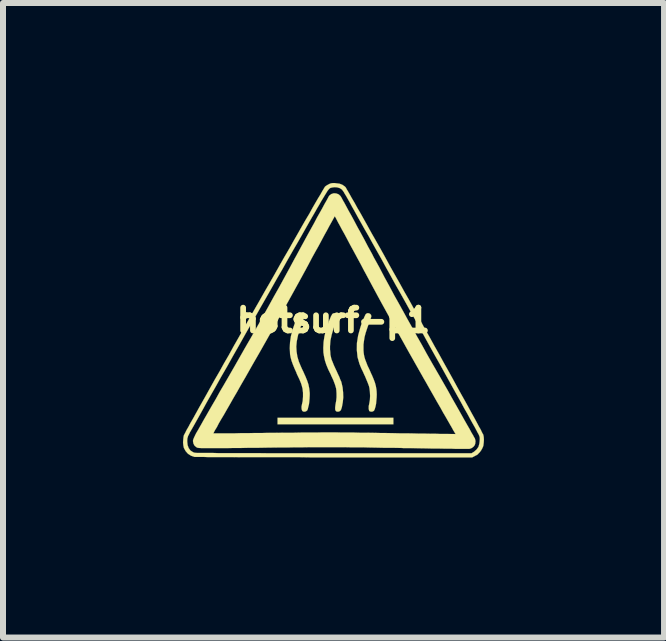
<source format=kicad_pcb>
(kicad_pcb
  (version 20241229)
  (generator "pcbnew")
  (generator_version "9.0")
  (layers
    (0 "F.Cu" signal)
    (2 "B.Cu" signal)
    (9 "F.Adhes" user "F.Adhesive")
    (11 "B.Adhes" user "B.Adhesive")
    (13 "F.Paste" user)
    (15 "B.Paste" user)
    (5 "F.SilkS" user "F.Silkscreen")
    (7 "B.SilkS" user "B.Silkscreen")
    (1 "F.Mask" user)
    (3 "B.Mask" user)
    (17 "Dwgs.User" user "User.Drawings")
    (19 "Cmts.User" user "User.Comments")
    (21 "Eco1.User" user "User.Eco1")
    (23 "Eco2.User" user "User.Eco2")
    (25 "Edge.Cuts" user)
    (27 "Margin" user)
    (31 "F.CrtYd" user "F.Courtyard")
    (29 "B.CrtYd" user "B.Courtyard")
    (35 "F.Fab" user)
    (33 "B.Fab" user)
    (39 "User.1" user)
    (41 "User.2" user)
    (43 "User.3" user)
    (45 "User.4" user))
  (footprint "hotsurf-p1"
    (layer "F.Cu")
    (at 2.508 2.287)
    (property "Reference" "hotsurf-p1" (at 0 0 0) (layer "F.SilkS") (effects (font (size 0.381 0.381) (thickness 0.127))))
    (attr through_hole)
    (fp_poly (pts (xy 0.998 1.735) (xy 0.033 1.735) (xy -0.932 1.735) (xy -0.932 1.681) (xy -0.932 1.626) (xy 0.033 1.626) (xy 0.998 1.626) (xy 0.998 1.681) (xy 0.998 1.735)) (stroke (width 0.003) (type solid)) (fill yes) (layer "F.SilkS"))
    (fp_poly (pts (xy -0.396 1.245) (xy -0.399 1.306) (xy -0.404 1.361) (xy -0.409 1.402) (xy -0.417 1.433) (xy -0.424 1.46) (xy -0.427 1.478) (xy -0.439 1.504) (xy -0.46 1.519) (xy -0.485 1.524) (xy -0.508 1.521) (xy -0.523 1.506) (xy -0.531 1.481) (xy -0.533 1.443) (xy -0.526 1.405) (xy -0.513 1.346) (xy -0.508 1.278) (xy -0.508 1.206) (xy -0.516 1.138) (xy -0.531 1.082) (xy -0.538 1.059) (xy -0.551 1.026) (xy -0.569 0.983) (xy -0.592 0.935) (xy -0.615 0.886) (xy -0.615 0.881) (xy -0.65 0.803) (xy -0.678 0.734) (xy -0.699 0.676) (xy -0.714 0.62) (xy -0.724 0.566) (xy -0.726 0.513) (xy -0.729 0.467) (xy -0.724 0.366) (xy -0.709 0.264) (xy -0.681 0.157) (xy -0.643 0.046) (xy -0.625 -0.005) (xy -0.605 -0.051) (xy -0.589 -0.081) (xy -0.577 -0.102) (xy -0.564 -0.114) (xy -0.551 -0.119) (xy -0.541 -0.119) (xy -0.516 -0.112) (xy -0.495 -0.097) (xy -0.483 -0.079) (xy -0.483 -0.071) (xy -0.485 -0.058) (xy -0.493 -0.033) (xy -0.505 0) (xy -0.521 0.036) (xy -0.561 0.15) (xy -0.592 0.254) (xy -0.612 0.351) (xy -0.62 0.439) (xy -0.615 0.523) (xy -0.602 0.607) (xy -0.577 0.691) (xy -0.546 0.765) (xy -0.526 0.81) (xy -0.5 0.864) (xy -0.478 0.914) (xy -0.47 0.93) (xy -0.439 1.006) (xy -0.417 1.072) (xy -0.404 1.14) (xy -0.396 1.212) (xy -0.396 1.245)) (stroke (width 0.003) (type solid)) (fill yes) (layer "F.SilkS"))
    (fp_poly (pts (xy 0.163 1.285) (xy 0.155 1.367) (xy 0.145 1.42) (xy 0.14 1.448) (xy 0.132 1.471) (xy 0.132 1.476) (xy 0.119 1.504) (xy 0.094 1.521) (xy 0.071 1.524) (xy 0.046 1.519) (xy 0.036 1.509) (xy 0.028 1.486) (xy 0.028 1.453) (xy 0.033 1.41) (xy 0.038 1.382) (xy 0.046 1.336) (xy 0.051 1.283) (xy 0.051 1.224) (xy 0.048 1.171) (xy 0.043 1.133) (xy 0.025 1.072) (xy -0.003 0.998) (xy -0.041 0.917) (xy -0.043 0.909) (xy -0.086 0.823) (xy -0.119 0.744) (xy -0.142 0.673) (xy -0.157 0.605) (xy -0.168 0.536) (xy -0.17 0.465) (xy -0.17 0.462) (xy -0.165 0.363) (xy -0.15 0.264) (xy -0.124 0.163) (xy -0.122 0.152) (xy -0.107 0.107) (xy -0.091 0.061) (xy -0.074 0.013) (xy -0.056 -0.03) (xy -0.041 -0.066) (xy -0.025 -0.094) (xy -0.02 -0.104) (xy 0.003 -0.117) (xy 0.028 -0.117) (xy 0.053 -0.107) (xy 0.061 -0.102) (xy 0.069 -0.089) (xy 0.074 -0.074) (xy 0.071 -0.053) (xy 0.061 -0.023) (xy 0.046 0.018) (xy 0.041 0.028) (xy 0 0.14) (xy -0.03 0.241) (xy -0.051 0.338) (xy -0.058 0.432) (xy -0.058 0.488) (xy -0.053 0.533) (xy -0.051 0.574) (xy -0.043 0.612) (xy -0.033 0.653) (xy -0.015 0.696) (xy 0.005 0.747) (xy 0.033 0.808) (xy 0.051 0.846) (xy 0.074 0.897) (xy 0.097 0.945) (xy 0.114 0.991) (xy 0.13 1.026) (xy 0.135 1.046) (xy 0.152 1.12) (xy 0.16 1.201) (xy 0.163 1.285)) (stroke (width 0.003) (type solid)) (fill yes) (layer "F.SilkS"))
    (fp_poly (pts (xy 0.721 1.237) (xy 0.719 1.29) (xy 0.714 1.344) (xy 0.709 1.397) (xy 0.699 1.443) (xy 0.688 1.481) (xy 0.676 1.506) (xy 0.671 1.511) (xy 0.653 1.521) (xy 0.627 1.524) (xy 0.605 1.519) (xy 0.594 1.509) (xy 0.587 1.478) (xy 0.587 1.435) (xy 0.597 1.384) (xy 0.607 1.328) (xy 0.61 1.262) (xy 0.607 1.194) (xy 0.599 1.13) (xy 0.592 1.1) (xy 0.582 1.072) (xy 0.566 1.031) (xy 0.546 0.983) (xy 0.526 0.935) (xy 0.511 0.904) (xy 0.49 0.856) (xy 0.467 0.81) (xy 0.45 0.77) (xy 0.437 0.737) (xy 0.432 0.724) (xy 0.401 0.615) (xy 0.389 0.498) (xy 0.391 0.378) (xy 0.411 0.254) (xy 0.442 0.14) (xy 0.455 0.099) (xy 0.47 0.053) (xy 0.488 0.008) (xy 0.505 -0.033) (xy 0.521 -0.069) (xy 0.533 -0.094) (xy 0.541 -0.104) (xy 0.561 -0.117) (xy 0.584 -0.117) (xy 0.607 -0.109) (xy 0.625 -0.091) (xy 0.63 -0.069) (xy 0.63 -0.061) (xy 0.625 -0.043) (xy 0.615 -0.015) (xy 0.602 0.02) (xy 0.592 0.046) (xy 0.561 0.135) (xy 0.536 0.211) (xy 0.518 0.279) (xy 0.508 0.343) (xy 0.5 0.406) (xy 0.5 0.462) (xy 0.5 0.503) (xy 0.503 0.541) (xy 0.508 0.577) (xy 0.516 0.615) (xy 0.528 0.655) (xy 0.546 0.701) (xy 0.566 0.754) (xy 0.597 0.818) (xy 0.63 0.894) (xy 0.638 0.909) (xy 0.668 0.98) (xy 0.691 1.041) (xy 0.706 1.097) (xy 0.716 1.156) (xy 0.719 1.189) (xy 0.721 1.237)) (stroke (width 0.003) (type solid)) (fill yes) (layer "F.SilkS"))
    (fp_poly (pts (xy 2.507 1.991) (xy 2.504 2.04) (xy 2.499 2.08) (xy 2.497 2.095) (xy 2.482 2.131) (xy 2.461 2.169) (xy 2.438 2.2) (xy 2.438 1.976) (xy 2.436 1.948) (xy 2.428 1.923) (xy 2.423 1.913) (xy 2.418 1.9) (xy 2.403 1.875) (xy 2.383 1.836) (xy 2.355 1.783) (xy 2.319 1.72) (xy 2.278 1.646) (xy 2.233 1.562) (xy 2.179 1.468) (xy 2.123 1.364) (xy 2.06 1.252) (xy 1.994 1.133) (xy 1.925 1.008) (xy 1.852 0.876) (xy 1.778 0.742) (xy 1.699 0.602) (xy 1.618 0.457) (xy 1.537 0.31) (xy 1.455 0.16) (xy 1.372 0.01) (xy 1.288 -0.14) (xy 1.204 -0.292) (xy 1.12 -0.442) (xy 1.036 -0.589) (xy 0.955 -0.737) (xy 0.876 -0.879) (xy 0.8 -1.019) (xy 0.724 -1.153) (xy 0.653 -1.28) (xy 0.584 -1.405) (xy 0.518 -1.519) (xy 0.457 -1.628) (xy 0.401 -1.727) (xy 0.351 -1.819) (xy 0.305 -1.9) (xy 0.267 -1.971) (xy 0.234 -2.029) (xy 0.206 -2.078) (xy 0.185 -2.111) (xy 0.175 -2.131) (xy 0.173 -2.134) (xy 0.142 -2.177) (xy 0.104 -2.202) (xy 0.058 -2.215) (xy 0.013 -2.217) (xy -0.023 -2.212) (xy -0.051 -2.205) (xy -0.069 -2.192) (xy -0.074 -2.187) (xy -0.079 -2.182) (xy -0.086 -2.172) (xy -0.097 -2.159) (xy -0.107 -2.144) (xy -0.119 -2.123) (xy -0.137 -2.095) (xy -0.155 -2.065) (xy -0.178 -2.027) (xy -0.206 -1.981) (xy -0.236 -1.928) (xy -0.272 -1.867) (xy -0.312 -1.796) (xy -0.358 -1.717) (xy -0.409 -1.628) (xy -0.465 -1.529) (xy -0.528 -1.417) (xy -0.599 -1.293) (xy -0.678 -1.158) (xy -0.762 -1.011) (xy -0.853 -0.848) (xy -0.93 -0.716) (xy -1.069 -0.47) (xy -1.204 -0.234) (xy -1.331 -0.01) (xy -1.453 0.203) (xy -1.567 0.406) (xy -1.676 0.597) (xy -1.775 0.775) (xy -1.872 0.942) (xy -1.958 1.097) (xy -2.04 1.24) (xy -2.113 1.369) (xy -2.177 1.486) (xy -2.235 1.59) (xy -2.286 1.681) (xy -2.329 1.758) (xy -2.365 1.821) (xy -2.393 1.869) (xy -2.41 1.905) (xy -2.421 1.925) (xy -2.423 1.928) (xy -2.436 1.974) (xy -2.438 2.022) (xy -2.431 2.083) (xy -2.413 2.131) (xy -2.383 2.172) (xy -2.339 2.2) (xy -2.309 2.21) (xy -2.299 2.21) (xy -2.271 2.212) (xy -2.228 2.212) (xy -2.172 2.212) (xy -2.101 2.212) (xy -2.014 2.212) (xy -1.918 2.215) (xy -1.808 2.215) (xy -1.687 2.215) (xy -1.554 2.215) (xy -1.415 2.215) (xy -1.262 2.215) (xy -1.105 2.217) (xy -0.937 2.217) (xy -0.762 2.217) (xy -0.582 2.217) (xy -0.396 2.217) (xy -0.203 2.217) (xy -0.008 2.217) (xy 0.01 2.217) (xy 2.301 2.217) (xy 2.342 2.192) (xy 2.385 2.154) (xy 2.416 2.111) (xy 2.431 2.057) (xy 2.436 2.017) (xy 2.438 1.976) (xy 2.438 2.2) (xy 2.436 2.202) (xy 2.41 2.228) (xy 2.408 2.233) (xy 2.385 2.248) (xy 2.355 2.263) (xy 2.347 2.268) (xy 2.311 2.286) (xy 0.015 2.286) (xy -0.18 2.286) (xy -0.373 2.286) (xy -0.561 2.283) (xy -0.742 2.283) (xy -0.919 2.283) (xy -1.087 2.283) (xy -1.247 2.283) (xy -1.4 2.283) (xy -1.542 2.283) (xy -1.676 2.281) (xy -1.798 2.281) (xy -1.91 2.281) (xy -2.009 2.281) (xy -2.095 2.281) (xy -2.169 2.278) (xy -2.23 2.278) (xy -2.273 2.278) (xy -2.304 2.278) (xy -2.316 2.278) (xy -2.375 2.258) (xy -2.426 2.225) (xy -2.464 2.182) (xy -2.492 2.131) (xy -2.494 2.126) (xy -2.502 2.088) (xy -2.507 2.04) (xy -2.504 1.989) (xy -2.499 1.943) (xy -2.492 1.913) (xy -2.484 1.9) (xy -2.469 1.872) (xy -2.449 1.831) (xy -2.418 1.778) (xy -2.383 1.712) (xy -2.339 1.636) (xy -2.291 1.549) (xy -2.238 1.453) (xy -2.179 1.349) (xy -2.116 1.237) (xy -2.05 1.118) (xy -1.979 0.991) (xy -1.902 0.859) (xy -1.826 0.721) (xy -1.745 0.582) (xy -1.664 0.434) (xy -1.58 0.287) (xy -1.496 0.137) (xy -1.41 -0.015) (xy -1.323 -0.168) (xy -1.237 -0.318) (xy -1.151 -0.47) (xy -1.064 -0.62) (xy -0.98 -0.767) (xy -0.899 -0.912) (xy -0.818 -1.054) (xy -0.739 -1.189) (xy -0.665 -1.321) (xy -0.594 -1.445) (xy -0.526 -1.565) (xy -0.462 -1.676) (xy -0.401 -1.778) (xy -0.348 -1.875) (xy -0.3 -1.958) (xy -0.257 -2.032) (xy -0.218 -2.095) (xy -0.188 -2.149) (xy -0.165 -2.187) (xy -0.15 -2.212) (xy -0.142 -2.225) (xy -0.124 -2.24) (xy -0.097 -2.256) (xy -0.079 -2.266) (xy -0.053 -2.278) (xy -0.033 -2.283) (xy -0.008 -2.286) (xy 0.025 -2.286) (xy 0.038 -2.283) (xy 0.099 -2.276) (xy 0.147 -2.258) (xy 0.188 -2.23) (xy 0.201 -2.217) (xy 0.208 -2.207) (xy 0.221 -2.182) (xy 0.244 -2.144) (xy 0.272 -2.095) (xy 0.307 -2.032) (xy 0.351 -1.958) (xy 0.396 -1.875) (xy 0.45 -1.783) (xy 0.508 -1.679) (xy 0.569 -1.57) (xy 0.635 -1.45) (xy 0.706 -1.326) (xy 0.78 -1.196) (xy 0.856 -1.059) (xy 0.932 -0.919) (xy 1.013 -0.775) (xy 1.097 -0.627) (xy 1.179 -0.478) (xy 1.265 -0.328) (xy 1.349 -0.175) (xy 1.433 -0.023) (xy 1.516 0.13) (xy 1.6 0.279) (xy 1.681 0.427) (xy 1.763 0.572) (xy 1.841 0.714) (xy 1.918 0.851) (xy 1.991 0.983) (xy 2.06 1.11) (xy 2.126 1.229) (xy 2.189 1.341) (xy 2.248 1.448) (xy 2.299 1.542) (xy 2.347 1.628) (xy 2.388 1.704) (xy 2.423 1.77) (xy 2.454 1.824) (xy 2.474 1.867) (xy 2.489 1.895) (xy 2.497 1.908) (xy 2.497 1.91) (xy 2.504 1.946) (xy 2.507 1.991)) (stroke (width 0.003) (type solid)) (fill yes) (layer "F.SilkS"))
    (fp_poly (pts (xy 2.367 2.014) (xy 2.362 2.06) (xy 2.352 2.085) (xy 2.334 2.108) (xy 2.306 2.129) (xy 2.276 2.141) (xy 2.261 2.144) (xy 2.248 2.144) (xy 2.22 2.144) (xy 2.179 2.144) (xy 2.121 2.144) (xy 2.052 2.144) (xy 2.035 2.144) (xy 2.035 1.897) (xy 2.017 1.869) (xy 2.012 1.859) (xy 1.996 1.834) (xy 1.976 1.796) (xy 1.948 1.748) (xy 1.913 1.687) (xy 1.872 1.615) (xy 1.826 1.537) (xy 1.778 1.45) (xy 1.722 1.354) (xy 1.666 1.255) (xy 1.605 1.148) (xy 1.542 1.036) (xy 1.501 0.965) (xy 1.372 0.737) (xy 1.247 0.516) (xy 1.128 0.302) (xy 1.008 0.089) (xy 0.892 -0.122) (xy 0.772 -0.34) (xy 0.65 -0.566) (xy 0.523 -0.803) (xy 0.513 -0.82) (xy 0.452 -0.937) (xy 0.391 -1.049) (xy 0.335 -1.153) (xy 0.279 -1.255) (xy 0.231 -1.346) (xy 0.185 -1.433) (xy 0.142 -1.509) (xy 0.107 -1.575) (xy 0.076 -1.631) (xy 0.053 -1.676) (xy 0.036 -1.709) (xy 0.025 -1.727) (xy 0.023 -1.732) (xy 0.018 -1.727) (xy 0.005 -1.704) (xy -0.013 -1.671) (xy -0.038 -1.626) (xy -0.071 -1.567) (xy -0.107 -1.499) (xy -0.15 -1.422) (xy -0.196 -1.336) (xy -0.246 -1.242) (xy -0.302 -1.143) (xy -0.361 -1.036) (xy -0.419 -0.925) (xy -0.467 -0.836) (xy -0.584 -0.622) (xy -0.696 -0.419) (xy -0.803 -0.226) (xy -0.909 -0.036) (xy -1.016 0.155) (xy -1.123 0.345) (xy -1.234 0.541) (xy -1.351 0.744) (xy -1.473 0.96) (xy -1.481 0.973) (xy -1.547 1.087) (xy -1.61 1.199) (xy -1.671 1.303) (xy -1.727 1.402) (xy -1.781 1.496) (xy -1.829 1.58) (xy -1.875 1.656) (xy -1.913 1.722) (xy -1.943 1.781) (xy -1.971 1.826) (xy -1.989 1.859) (xy -1.999 1.88) (xy -2.004 1.885) (xy -1.994 1.885) (xy -1.971 1.885) (xy -1.93 1.885) (xy -1.877 1.885) (xy -1.811 1.885) (xy -1.735 1.885) (xy -1.646 1.885) (xy -1.547 1.882) (xy -1.44 1.882) (xy -1.326 1.88) (xy -1.206 1.88) (xy -1.079 1.877) (xy -0.98 1.877) (xy -0.815 1.875) (xy -0.665 1.875) (xy -0.526 1.872) (xy -0.401 1.872) (xy -0.282 1.872) (xy -0.173 1.869) (xy -0.069 1.869) (xy 0.033 1.869) (xy 0.132 1.872) (xy 0.231 1.872) (xy 0.333 1.872) (xy 0.439 1.875) (xy 0.551 1.875) (xy 0.671 1.877) (xy 0.8 1.88) (xy 0.864 1.88) (xy 0.986 1.882) (xy 1.105 1.885) (xy 1.222 1.885) (xy 1.331 1.887) (xy 1.438 1.89) (xy 1.534 1.89) (xy 1.623 1.892) (xy 1.702 1.892) (xy 1.768 1.895) (xy 1.819 1.895) (xy 1.857 1.895) (xy 1.862 1.895) (xy 2.035 1.897) (xy 2.035 2.144) (xy 1.971 2.141) (xy 1.88 2.141) (xy 1.778 2.139) (xy 1.666 2.139) (xy 1.549 2.136) (xy 1.425 2.134) (xy 1.295 2.131) (xy 1.161 2.131) (xy 1.143 2.129) (xy 0.986 2.126) (xy 0.843 2.126) (xy 0.711 2.123) (xy 0.592 2.121) (xy 0.483 2.118) (xy 0.378 2.118) (xy 0.279 2.118) (xy 0.185 2.116) (xy 0.094 2.116) (xy 0.003 2.116) (xy -0.091 2.116) (xy -0.188 2.116) (xy -0.287 2.116) (xy -0.396 2.116) (xy -0.511 2.118) (xy -0.638 2.118) (xy -0.775 2.121) (xy -0.925 2.121) (xy -1.09 2.123) (xy -1.097 2.123) (xy -1.26 2.126) (xy -1.407 2.126) (xy -1.539 2.129) (xy -1.656 2.129) (xy -1.76 2.131) (xy -1.852 2.131) (xy -1.93 2.131) (xy -1.999 2.131) (xy -2.057 2.131) (xy -2.108 2.131) (xy -2.149 2.131) (xy -2.182 2.131) (xy -2.207 2.131) (xy -2.228 2.129) (xy -2.245 2.129) (xy -2.256 2.126) (xy -2.266 2.126) (xy -2.271 2.123) (xy -2.276 2.121) (xy -2.278 2.121) (xy -2.314 2.093) (xy -2.334 2.057) (xy -2.342 2.014) (xy -2.342 2.012) (xy -2.342 2.007) (xy -2.339 1.999) (xy -2.339 1.991) (xy -2.334 1.981) (xy -2.329 1.966) (xy -2.322 1.951) (xy -2.311 1.928) (xy -2.299 1.902) (xy -2.281 1.869) (xy -2.258 1.831) (xy -2.233 1.786) (xy -2.202 1.732) (xy -2.167 1.669) (xy -2.126 1.598) (xy -2.078 1.514) (xy -2.024 1.42) (xy -1.963 1.316) (xy -1.897 1.196) (xy -1.821 1.067) (xy -1.755 0.953) (xy -1.651 0.772) (xy -1.557 0.607) (xy -1.468 0.45) (xy -1.382 0.302) (xy -1.3 0.157) (xy -1.222 0.02) (xy -1.146 -0.119) (xy -1.069 -0.257) (xy -0.991 -0.399) (xy -0.909 -0.544) (xy -0.826 -0.696) (xy -0.737 -0.859) (xy -0.643 -1.034) (xy -0.627 -1.062) (xy -0.561 -1.184) (xy -0.498 -1.3) (xy -0.437 -1.412) (xy -0.378 -1.519) (xy -0.323 -1.618) (xy -0.274 -1.712) (xy -0.226 -1.796) (xy -0.185 -1.869) (xy -0.15 -1.935) (xy -0.119 -1.989) (xy -0.097 -2.029) (xy -0.081 -2.06) (xy -0.071 -2.075) (xy -0.069 -2.078) (xy -0.036 -2.103) (xy 0.005 -2.116) (xy 0.046 -2.113) (xy 0.086 -2.098) (xy 0.114 -2.073) (xy 0.122 -2.062) (xy 0.135 -2.04) (xy 0.155 -2.002) (xy 0.183 -1.953) (xy 0.216 -1.892) (xy 0.254 -1.821) (xy 0.3 -1.74) (xy 0.348 -1.651) (xy 0.399 -1.554) (xy 0.457 -1.45) (xy 0.516 -1.341) (xy 0.577 -1.224) (xy 0.643 -1.105) (xy 0.668 -1.054) (xy 0.765 -0.879) (xy 0.851 -0.714) (xy 0.935 -0.561) (xy 1.013 -0.414) (xy 1.09 -0.277) (xy 1.166 -0.14) (xy 1.24 -0.005) (xy 1.316 0.13) (xy 1.392 0.269) (xy 1.473 0.411) (xy 1.557 0.564) (xy 1.648 0.724) (xy 1.748 0.897) (xy 1.773 0.94) (xy 1.841 1.059) (xy 1.908 1.176) (xy 1.971 1.29) (xy 2.032 1.397) (xy 2.088 1.496) (xy 2.141 1.59) (xy 2.189 1.676) (xy 2.233 1.753) (xy 2.271 1.819) (xy 2.301 1.875) (xy 2.327 1.918) (xy 2.344 1.951) (xy 2.355 1.968) (xy 2.357 1.971) (xy 2.367 2.014)) (stroke (width 0.003) (type solid)) (fill yes) (layer "F.SilkS")))
  (gr_rect
    (start -3 -3)
    (end 8.017 7.575)
    (stroke (width 0.1) (type default))
    (fill no)
    (layer "Edge.Cuts")))
</source>
